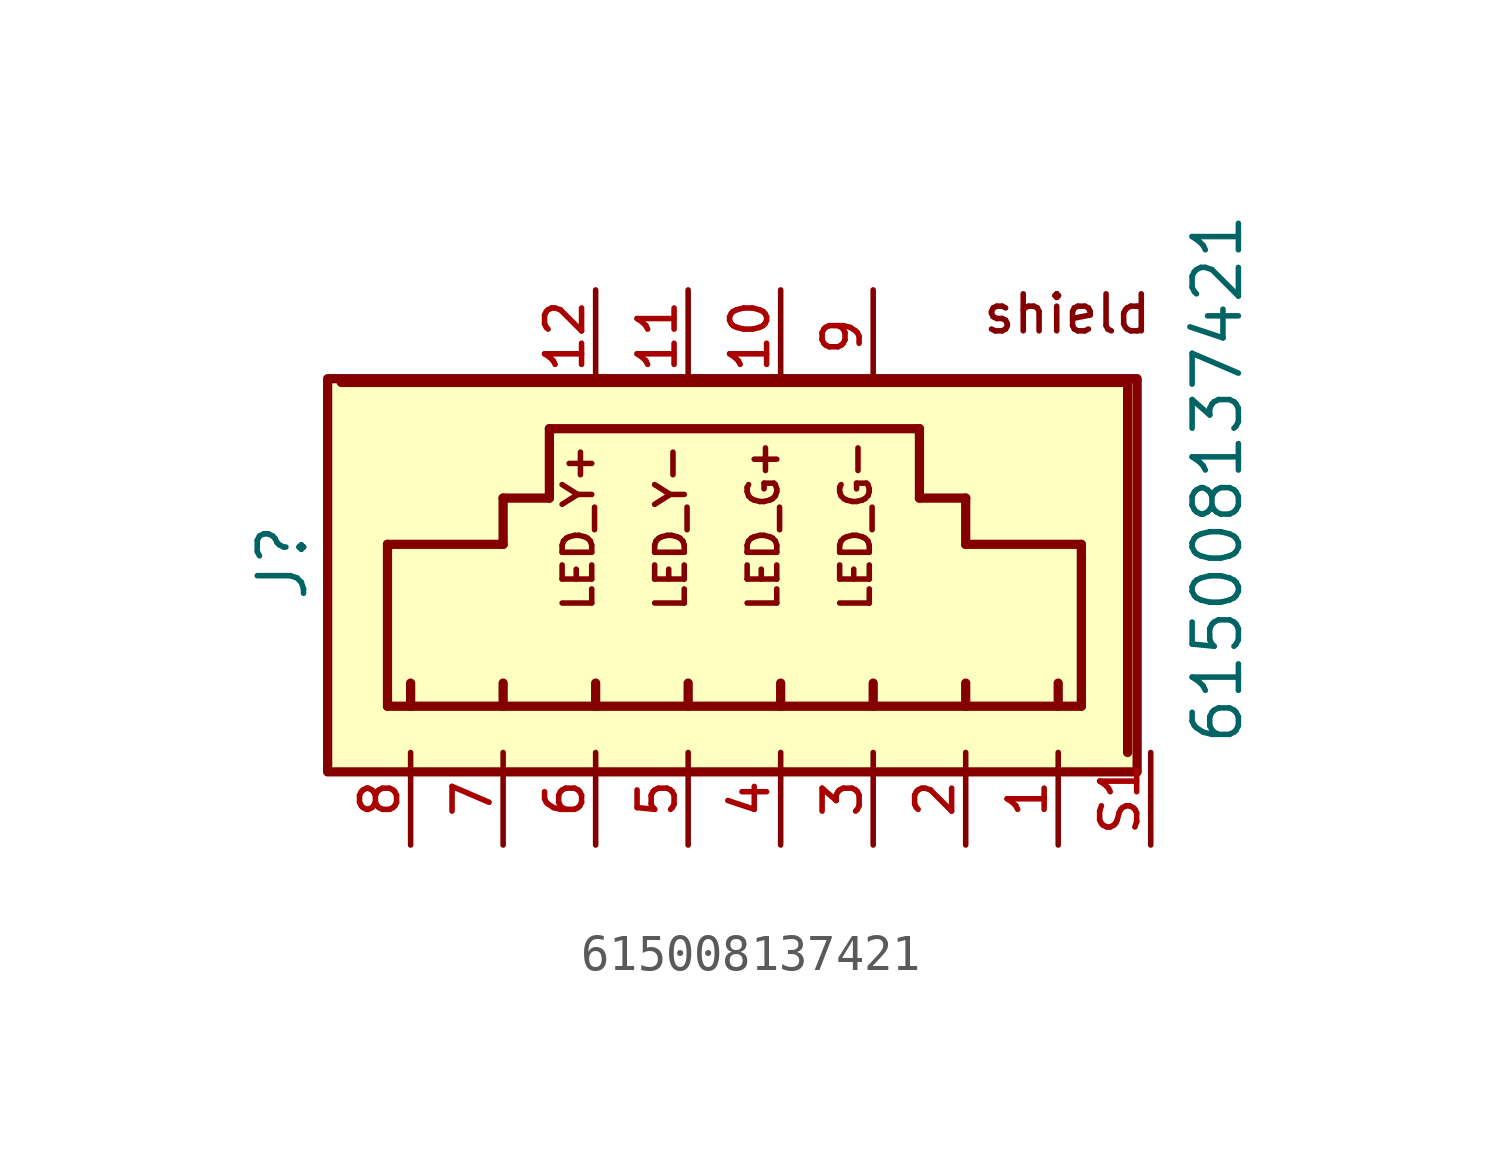
<source format=kicad_sym>
(kicad_symbol_lib
  (version 20211014)
  (generator kicad_symbol_editor)
  (symbol "615008137421"
    (pin_names
      (offset 1.016))
    (property "Reference" "J"
      (at -10.397 0.138 90.0)
      (effects (font (size 1.27 1.27)) (justify bottom)))
    (property "Value" "615008137421"
      (at 15.27 -4.924 90.0)
      (effects (font (size 1.27 1.27)) (justify bottom left)))
    (symbol "615008137421_0_0"
      (text "LED_Y+" (at -2.54 -1.27 900) (effects (font (size 0.813 0.813)) (justify bottom left)))
      (text "LED_Y-" (at 0.0 -1.27 900) (effects (font (size 0.813 0.813)) (justify bottom left)))
      (text "LED_G+" (at 2.54 -1.27 900) (effects (font (size 0.813 0.813)) (justify bottom left)))
      (text "LED_G-" (at 5.08 -1.27 900) (effects (font (size 0.813 0.813)) (justify bottom left)))
      (text "shield" (at 8.035 6.365 0) (effects (font (size 1.016 1.016)) (justify bottom left)))
      (polyline (pts (xy -8.255 -3.81) (xy -8.255 0.635)) (stroke (width 0.254)))
      (polyline (pts (xy -3.81 3.81) (xy 6.35 3.81)) (stroke (width 0.254)))
      (polyline (pts (xy 10.795 0.635) (xy 10.795 -3.81)) (stroke (width 0.254)))
      (polyline (pts (xy 10.795 -3.81) (xy 10.16 -3.81)) (stroke (width 0.254)))
      (polyline (pts (xy 10.16 -3.81) (xy 7.62 -3.81)) (stroke (width 0.254)))
      (polyline (pts (xy 7.62 -3.81) (xy 5.08 -3.81)) (stroke (width 0.254)))
      (polyline (pts (xy 5.08 -3.81) (xy 2.54 -3.81)) (stroke (width 0.254)))
      (polyline (pts (xy 2.54 -3.81) (xy 0.0 -3.81)) (stroke (width 0.254)))
      (polyline (pts (xy 0.0 -3.81) (xy -2.54 -3.81)) (stroke (width 0.254)))
      (polyline (pts (xy -2.54 -3.81) (xy -5.08 -3.81)) (stroke (width 0.254)))
      (polyline (pts (xy -5.08 -3.81) (xy -7.62 -3.81)) (stroke (width 0.254)))
      (polyline (pts (xy -7.62 -3.81) (xy -8.255 -3.81)) (stroke (width 0.254)))
      (polyline (pts (xy -8.255 0.635) (xy -5.08 0.635)) (stroke (width 0.254)))
      (polyline (pts (xy -5.08 0.635) (xy -5.08 1.905)) (stroke (width 0.254)))
      (polyline (pts (xy -5.08 1.905) (xy -3.81 1.905)) (stroke (width 0.254)))
      (polyline (pts (xy -3.81 1.905) (xy -3.81 3.81)) (stroke (width 0.254)))
      (polyline (pts (xy 10.795 0.635) (xy 7.62 0.635)) (stroke (width 0.254)))
      (polyline (pts (xy 7.62 0.635) (xy 7.62 1.905)) (stroke (width 0.254)))
      (polyline (pts (xy 7.62 1.905) (xy 6.35 1.905)) (stroke (width 0.254)))
      (polyline (pts (xy 6.35 1.905) (xy 6.35 3.81)) (stroke (width 0.254)))
      (polyline (pts (xy -9.525 5.08) (xy 12.065 5.08)) (stroke (width 0.254)))
      (polyline (pts (xy 12.065 5.08) (xy 12.065 -5.08)) (stroke (width 0.254)))
      (polyline (pts (xy -7.62 -3.81) (xy -7.62 -3.175)) (stroke (width 0.254)))
      (polyline (pts (xy -5.08 -3.81) (xy -5.08 -3.175)) (stroke (width 0.254)))
      (polyline (pts (xy -2.54 -3.81) (xy -2.54 -3.175)) (stroke (width 0.254)))
      (polyline (pts (xy 0.0 -3.81) (xy 0.0 -3.175)) (stroke (width 0.254)))
      (polyline (pts (xy 2.54 -3.81) (xy 2.54 -3.175)) (stroke (width 0.254)))
      (polyline (pts (xy 5.08 -3.81) (xy 5.08 -3.175)) (stroke (width 0.254)))
      (polyline (pts (xy 7.62 -3.81) (xy 7.62 -3.175)) (stroke (width 0.254)))
      (polyline (pts (xy 10.16 -3.81) (xy 10.16 -3.175)) (stroke (width 0.254)))
      (rectangle (start -9.898 -5.612) (end 12.327 5.183) (stroke (width 0.254)) (fill (type background)))
      (pin passive line (at 5.08 -7.62 90.0) (length 2.54) (name "~" (effects (font (size 1.016 1.016)))) (number "3" (effects (font (size 1.016 1.016)))))
      (pin passive line (at 0.0 -7.62 90.0) (length 2.54) (name "~" (effects (font (size 1.016 1.016)))) (number "5" (effects (font (size 1.016 1.016)))))
      (pin passive line (at -2.54 -7.62 90.0) (length 2.54) (name "~" (effects (font (size 1.016 1.016)))) (number "6" (effects (font (size 1.016 1.016)))))
      (pin passive line (at -5.08 -7.62 90.0) (length 2.54) (name "~" (effects (font (size 1.016 1.016)))) (number "7" (effects (font (size 1.016 1.016)))))
      (pin passive line (at -7.62 -7.62 90.0) (length 2.54) (name "~" (effects (font (size 1.016 1.016)))) (number "8" (effects (font (size 1.016 1.016)))))
      (pin passive line (at 2.54 -7.62 90.0) (length 2.54) (name "~" (effects (font (size 1.016 1.016)))) (number "4" (effects (font (size 1.016 1.016)))))
      (pin passive line (at 0.0 7.62 270.0) (length 2.54) (name "~" (effects (font (size 1.016 1.016)))) (number "11" (effects (font (size 1.016 1.016)))))
      (pin passive line (at -2.54 7.62 270.0) (length 2.54) (name "~" (effects (font (size 1.016 1.016)))) (number "12" (effects (font (size 1.016 1.016)))))
      (pin passive line (at 5.08 7.62 270.0) (length 2.54) (name "~" (effects (font (size 1.016 1.016)))) (number "9" (effects (font (size 1.016 1.016)))))
      (pin passive line (at 2.54 7.62 270.0) (length 2.54) (name "~" (effects (font (size 1.016 1.016)))) (number "10" (effects (font (size 1.016 1.016)))))
      (pin passive line (at 7.62 -7.62 90.0) (length 2.54) (name "~" (effects (font (size 1.016 1.016)))) (number "2" (effects (font (size 1.016 1.016)))))
      (pin passive line (at 10.16 -7.62 90.0) (length 2.54) (name "~" (effects (font (size 1.016 1.016)))) (number "1" (effects (font (size 1.016 1.016)))))
      (pin passive line (at 12.7 -7.62 90.0) (length 2.54) (name "~" (effects (font (size 1.016 1.016)))) (number "S1" (effects (font (size 1.016 1.016))))))))
</source>
